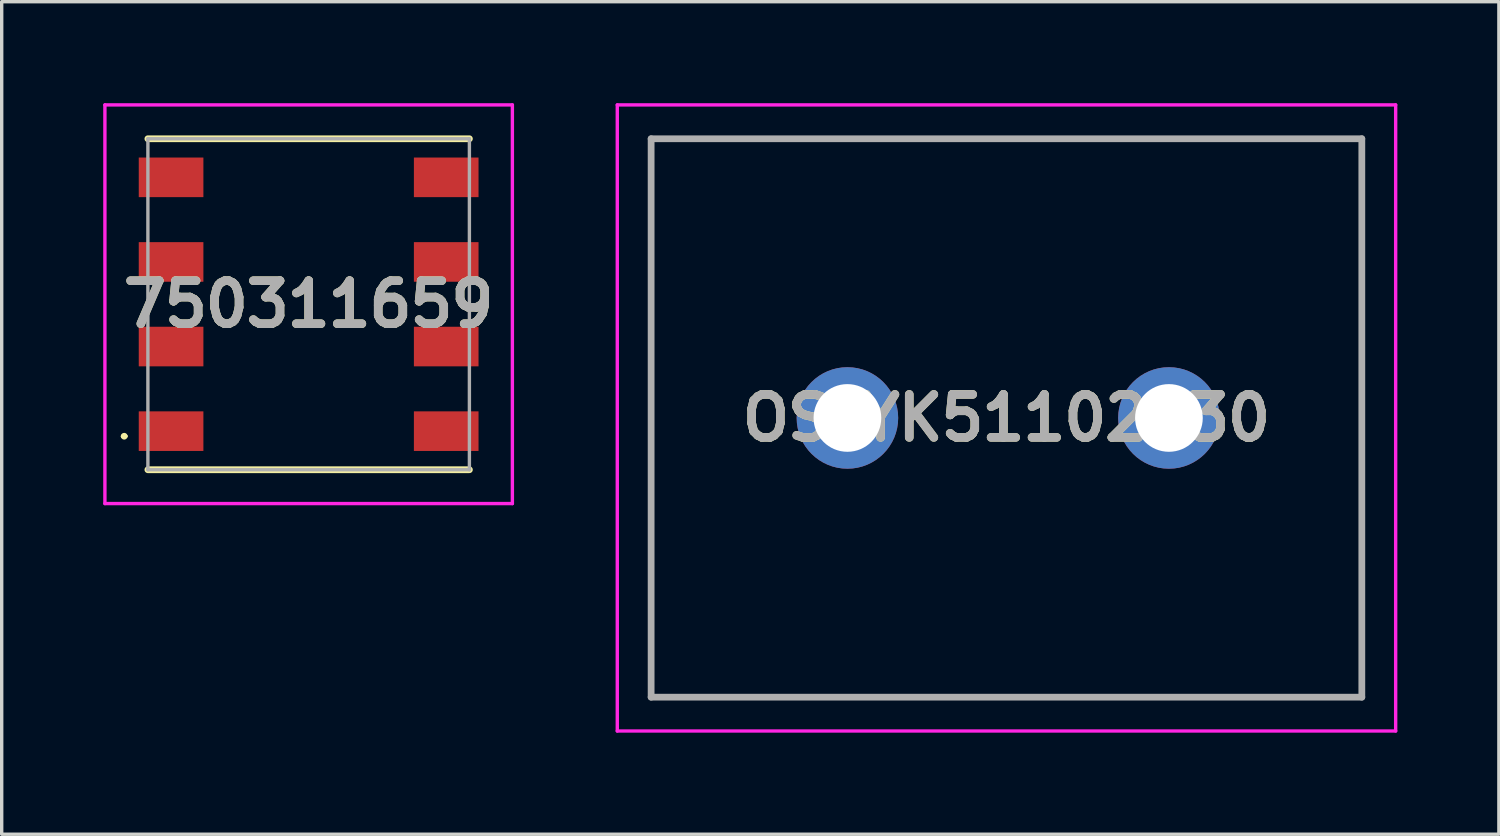
<source format=kicad_pcb>
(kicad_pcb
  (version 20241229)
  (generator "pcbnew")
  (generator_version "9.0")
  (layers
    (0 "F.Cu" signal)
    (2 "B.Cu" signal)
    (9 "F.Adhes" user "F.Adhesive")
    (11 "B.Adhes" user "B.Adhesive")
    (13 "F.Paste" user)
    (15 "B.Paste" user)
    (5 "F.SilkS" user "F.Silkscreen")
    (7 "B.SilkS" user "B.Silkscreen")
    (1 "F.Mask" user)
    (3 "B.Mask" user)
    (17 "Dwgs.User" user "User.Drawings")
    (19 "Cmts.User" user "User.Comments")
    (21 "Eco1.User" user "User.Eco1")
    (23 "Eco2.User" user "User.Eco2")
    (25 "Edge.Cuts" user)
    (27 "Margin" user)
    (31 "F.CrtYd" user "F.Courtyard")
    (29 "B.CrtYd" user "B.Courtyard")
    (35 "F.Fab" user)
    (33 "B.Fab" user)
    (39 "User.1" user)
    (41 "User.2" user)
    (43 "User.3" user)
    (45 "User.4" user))
  (footprint "OSTYK51102030"
    (layer "F.Cu")
    (at 21.99 9.3)
    (property "Reference" "OSTYK51102030" (at 4.7 0 0) (layer "F.SilkS") (effects (font (size 1.27 1.27) (thickness 0.254))))
    (attr through_hole)
    (fp_line (start -5.8 -8.25) (end 15.2 -8.25) (stroke (width 0.1) (type solid)) (layer "F.SilkS"))
    (fp_line (start -5.8 8.25) (end -5.8 -8.25) (stroke (width 0.1) (type solid)) (layer "F.SilkS"))
    (fp_line (start 15.2 -8.25) (end 15.2 8.25) (stroke (width 0.1) (type solid)) (layer "F.SilkS"))
    (fp_line (start 15.2 8.25) (end -5.8 8.25) (stroke (width 0.1) (type solid)) (layer "F.SilkS"))
    (fp_line (start -6.8 -9.25) (end 16.2 -9.25) (stroke (width 0.1) (type solid)) (layer "F.CrtYd"))
    (fp_line (start -6.8 9.25) (end -6.8 -9.25) (stroke (width 0.1) (type solid)) (layer "F.CrtYd"))
    (fp_line (start 16.2 -9.25) (end 16.2 9.25) (stroke (width 0.1) (type solid)) (layer "F.CrtYd"))
    (fp_line (start 16.2 9.25) (end -6.8 9.25) (stroke (width 0.1) (type solid)) (layer "F.CrtYd"))
    (fp_line (start -5.8 -8.25) (end 15.2 -8.25) (stroke (width 0.2) (type solid)) (layer "F.Fab"))
    (fp_line (start -5.8 8.25) (end -5.8 -8.25) (stroke (width 0.2) (type solid)) (layer "F.Fab"))
    (fp_line (start 15.2 -8.25) (end 15.2 8.25) (stroke (width 0.2) (type solid)) (layer "F.Fab"))
    (fp_line (start 15.2 8.25) (end -5.8 8.25) (stroke (width 0.2) (type solid)) (layer "F.Fab"))
    (fp_text user "${REFERENCE}" (at 4.7 0 0) (layer "F.Fab") (effects (font (size 1.27 1.27) (thickness 0.254))))
    (pad "1" thru_hole circle (at 0 0) (size 3 3) (drill 2) (layers "*.Cu" "*.Mask"))
    (pad "2" thru_hole circle (at 9.5 0) (size 3 3) (drill 2) (layers "*.Cu" "*.Mask")))
  (footprint "750311659"
    (layer "F.Cu")
    (at 6.07 5.94)
    (property "Reference" "750311659" (at 0 0 0) (layer "F.SilkS") (effects (font (size 1.27 1.27) (thickness 0.254))))
    (attr smd)
    (fp_line (start -5.5 3.9) (end -5.5 3.9) (stroke (width 0.1) (type solid)) (layer "F.SilkS"))
    (fp_line (start -5.4 3.9) (end -5.4 3.9) (stroke (width 0.1) (type solid)) (layer "F.SilkS"))
    (fp_line (start -4.75 -4.89) (end 4.75 -4.89) (stroke (width 0.2) (type solid)) (layer "F.SilkS"))
    (fp_line (start -4.75 4.89) (end 4.75 4.89) (stroke (width 0.2) (type solid)) (layer "F.SilkS"))
    (fp_arc (start -5.5 3.9) (mid -5.45 3.85) (end -5.4 3.9) (stroke (width 0.1) (type solid)) (layer "F.SilkS"))
    (fp_arc (start -5.4 3.9) (mid -5.45 3.95) (end -5.5 3.9) (stroke (width 0.1) (type solid)) (layer "F.SilkS"))
    (fp_line (start -6.02 -5.89) (end 6.02 -5.89) (stroke (width 0.1) (type solid)) (layer "F.CrtYd"))
    (fp_line (start -6.02 5.89) (end -6.02 -5.89) (stroke (width 0.1) (type solid)) (layer "F.CrtYd"))
    (fp_line (start 6.02 -5.89) (end 6.02 5.89) (stroke (width 0.1) (type solid)) (layer "F.CrtYd"))
    (fp_line (start 6.02 5.89) (end -6.02 5.89) (stroke (width 0.1) (type solid)) (layer "F.CrtYd"))
    (fp_line (start -4.75 -4.89) (end 4.75 -4.89) (stroke (width 0.1) (type solid)) (layer "F.Fab"))
    (fp_line (start -4.75 4.89) (end -4.75 -4.89) (stroke (width 0.1) (type solid)) (layer "F.Fab"))
    (fp_line (start 4.75 -4.89) (end 4.75 4.89) (stroke (width 0.1) (type solid)) (layer "F.Fab"))
    (fp_line (start 4.75 4.89) (end -4.75 4.89) (stroke (width 0.1) (type solid)) (layer "F.Fab"))
    (fp_text user "${REFERENCE}" (at 0 0 0) (layer "F.Fab") (effects (font (size 1.27 1.27) (thickness 0.254))))
    (pad "1" smd rect (at -4.065 3.75 90) (size 1.17 1.91) (layers "F.Cu" "F.Mask" "F.Paste"))
    (pad "2" smd rect (at -4.065 1.25 90) (size 1.17 1.91) (layers "F.Cu" "F.Mask" "F.Paste"))
    (pad "3" smd rect (at -4.065 -1.25 90) (size 1.17 1.91) (layers "F.Cu" "F.Mask" "F.Paste"))
    (pad "4" smd rect (at -4.065 -3.75 90) (size 1.17 1.91) (layers "F.Cu" "F.Mask" "F.Paste"))
    (pad "5" smd rect (at 4.065 -3.75 90) (size 1.17 1.91) (layers "F.Cu" "F.Mask" "F.Paste"))
    (pad "6" smd rect (at 4.065 -1.25 90) (size 1.17 1.91) (layers "F.Cu" "F.Mask" "F.Paste"))
    (pad "7" smd rect (at 4.065 1.25 90) (size 1.17 1.91) (layers "F.Cu" "F.Mask" "F.Paste"))
    (pad "8" smd rect (at 4.065 3.75 90) (size 1.17 1.91) (layers "F.Cu" "F.Mask" "F.Paste")))
  (gr_rect
    (start -3 -3)
    (end 41.24 21.6)
    (stroke (width 0.1) (type default))
    (fill no)
    (layer "Edge.Cuts")))
</source>
